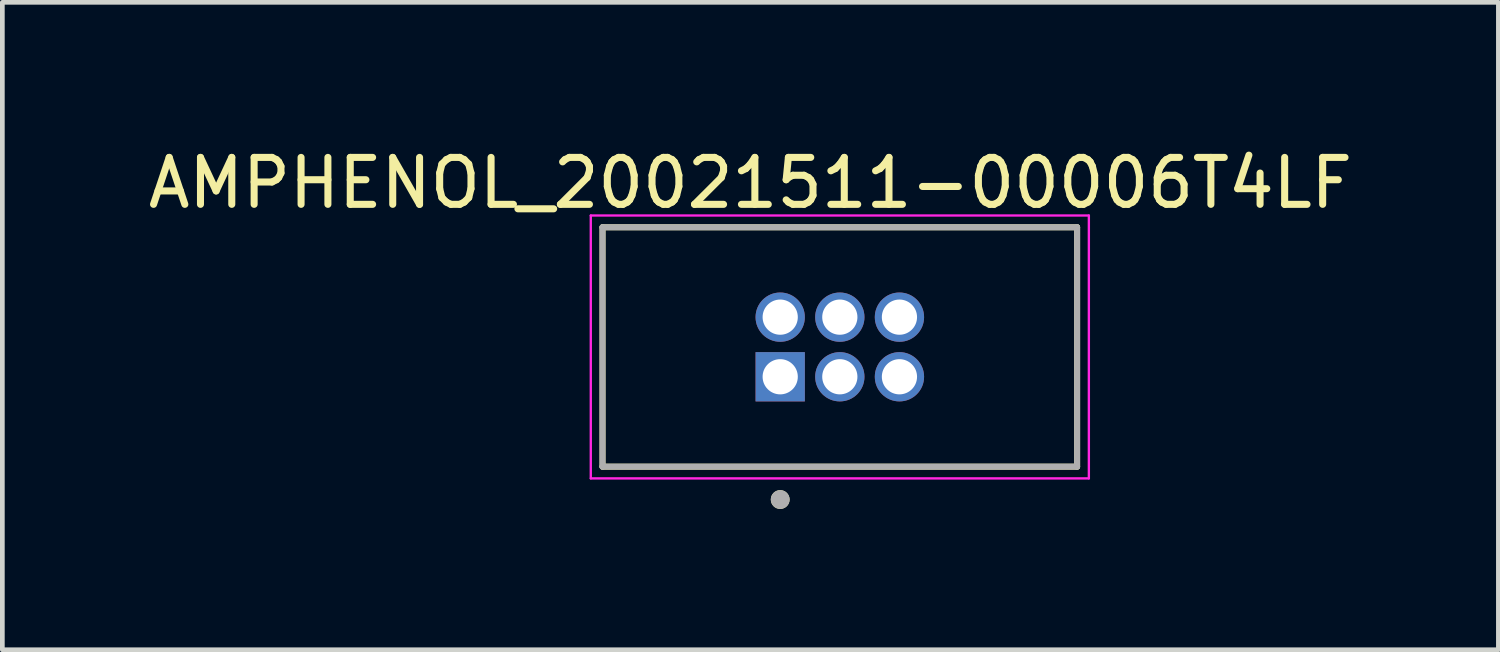
<source format=kicad_pcb>
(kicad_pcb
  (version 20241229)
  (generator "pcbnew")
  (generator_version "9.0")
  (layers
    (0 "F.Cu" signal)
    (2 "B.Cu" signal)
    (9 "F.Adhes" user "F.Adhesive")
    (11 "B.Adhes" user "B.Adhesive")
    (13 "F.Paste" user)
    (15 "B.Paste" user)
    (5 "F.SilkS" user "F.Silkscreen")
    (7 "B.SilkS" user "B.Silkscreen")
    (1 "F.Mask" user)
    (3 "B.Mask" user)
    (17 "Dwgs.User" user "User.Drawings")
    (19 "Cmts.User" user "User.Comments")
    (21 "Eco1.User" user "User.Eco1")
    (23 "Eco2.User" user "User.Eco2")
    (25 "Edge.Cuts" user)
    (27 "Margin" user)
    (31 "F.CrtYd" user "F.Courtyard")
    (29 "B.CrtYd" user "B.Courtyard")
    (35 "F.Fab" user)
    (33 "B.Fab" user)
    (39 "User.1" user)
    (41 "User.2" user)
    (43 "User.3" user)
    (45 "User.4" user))
  (footprint "AMPHENOL_20021511-00006T4LF"
    (layer "F.Cu")
    (at 14.84 4.341)
    (property "Reference" "AMPHENOL_20021511-00006T4LF" (at -1.905 -3.493 0) (layer "F.SilkS") (effects (font (size 1 1) (thickness 0.15))))
    (attr through_hole)
    (fp_line (start -5.055 -2.55) (end 5.055 -2.55) (stroke (width 0.127) (type solid)) (layer "F.SilkS"))
    (fp_line (start -5.055 2.55) (end -5.055 -2.55) (stroke (width 0.127) (type solid)) (layer "F.SilkS"))
    (fp_line (start 5.055 -2.55) (end 5.055 2.55) (stroke (width 0.127) (type solid)) (layer "F.SilkS"))
    (fp_line (start 5.055 2.55) (end -5.055 2.55) (stroke (width 0.127) (type solid)) (layer "F.SilkS"))
    (fp_circle (center -1.27 3.25) (end -1.17 3.25) (stroke (width 0.2) (type solid)) (fill no) (layer "F.SilkS"))
    (fp_line (start -5.305 -2.8) (end -5.305 2.8) (stroke (width 0.05) (type solid)) (layer "F.CrtYd"))
    (fp_line (start -5.305 2.8) (end 5.305 2.8) (stroke (width 0.05) (type solid)) (layer "F.CrtYd"))
    (fp_line (start 5.305 -2.8) (end -5.305 -2.8) (stroke (width 0.05) (type solid)) (layer "F.CrtYd"))
    (fp_line (start 5.305 2.8) (end 5.305 -2.8) (stroke (width 0.05) (type solid)) (layer "F.CrtYd"))
    (fp_line (start -5.055 -2.55) (end 5.055 -2.55) (stroke (width 0.127) (type solid)) (layer "F.Fab"))
    (fp_line (start -5.055 2.55) (end -5.055 -2.55) (stroke (width 0.127) (type solid)) (layer "F.Fab"))
    (fp_line (start 5.055 -2.55) (end 5.055 2.55) (stroke (width 0.127) (type solid)) (layer "F.Fab"))
    (fp_line (start 5.055 2.55) (end -5.055 2.55) (stroke (width 0.127) (type solid)) (layer "F.Fab"))
    (fp_circle (center -1.27 3.25) (end -1.17 3.25) (stroke (width 0.2) (type solid)) (fill no) (layer "F.Fab"))
    (pad "1" thru_hole rect (at -1.27 0.635) (size 1.05 1.05) (drill 0.75) (layers "*.Cu" "*.Mask"))
    (pad "2" thru_hole circle (at -1.27 -0.635) (size 1.05 1.05) (drill 0.75) (layers "*.Cu" "*.Mask"))
    (pad "3" thru_hole circle (at 0 0.635) (size 1.05 1.05) (drill 0.75) (layers "*.Cu" "*.Mask"))
    (pad "4" thru_hole circle (at 0 -0.635) (size 1.05 1.05) (drill 0.75) (layers "*.Cu" "*.Mask"))
    (pad "5" thru_hole circle (at 1.27 0.635) (size 1.05 1.05) (drill 0.75) (layers "*.Cu" "*.Mask"))
    (pad "6" thru_hole circle (at 1.27 -0.635) (size 1.05 1.05) (drill 0.75) (layers "*.Cu" "*.Mask")))
  (gr_rect
    (start -3 -3)
    (end 28.869 10.791)
    (stroke (width 0.1) (type default))
    (fill no)
    (layer "Edge.Cuts")))
</source>
